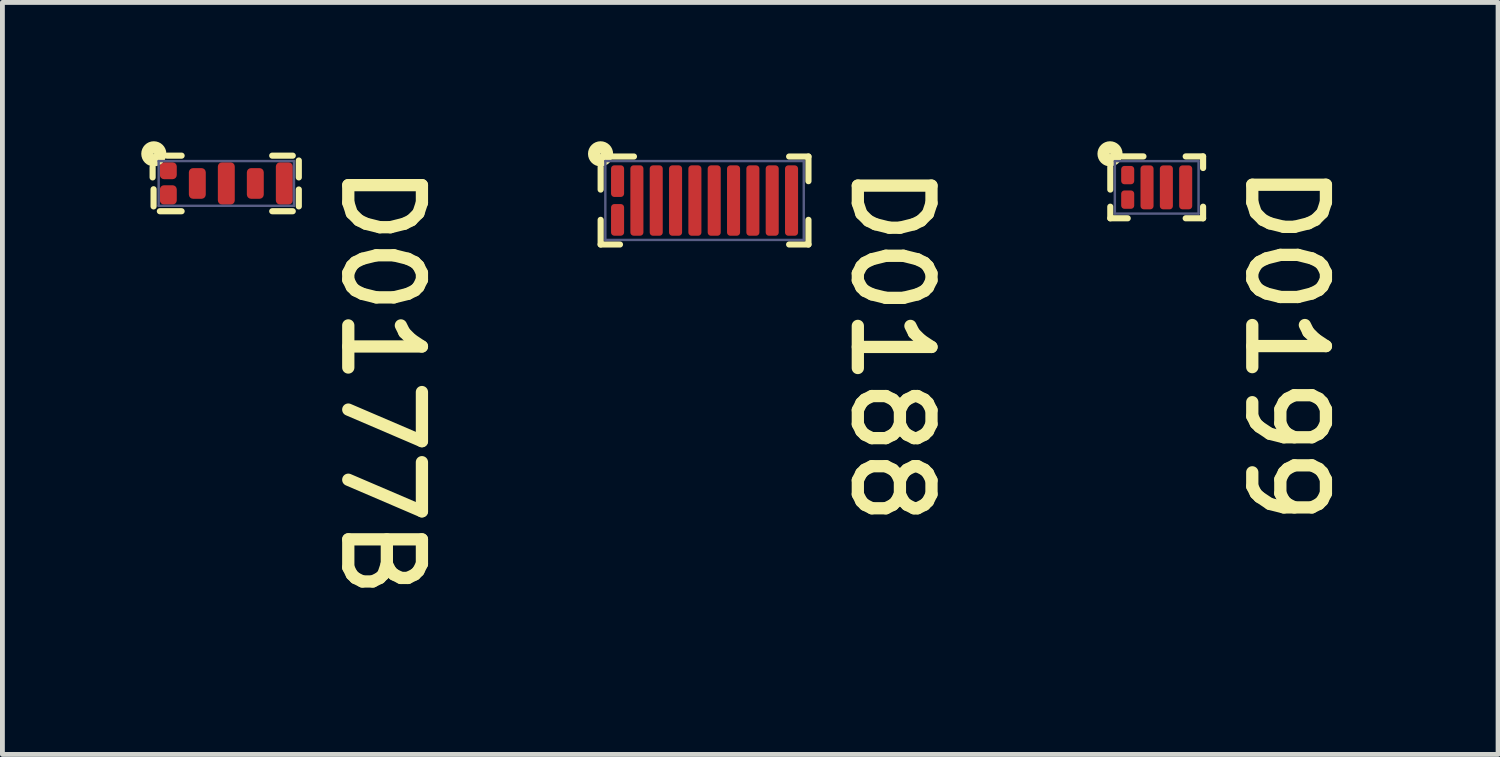
<source format=kicad_pcb>
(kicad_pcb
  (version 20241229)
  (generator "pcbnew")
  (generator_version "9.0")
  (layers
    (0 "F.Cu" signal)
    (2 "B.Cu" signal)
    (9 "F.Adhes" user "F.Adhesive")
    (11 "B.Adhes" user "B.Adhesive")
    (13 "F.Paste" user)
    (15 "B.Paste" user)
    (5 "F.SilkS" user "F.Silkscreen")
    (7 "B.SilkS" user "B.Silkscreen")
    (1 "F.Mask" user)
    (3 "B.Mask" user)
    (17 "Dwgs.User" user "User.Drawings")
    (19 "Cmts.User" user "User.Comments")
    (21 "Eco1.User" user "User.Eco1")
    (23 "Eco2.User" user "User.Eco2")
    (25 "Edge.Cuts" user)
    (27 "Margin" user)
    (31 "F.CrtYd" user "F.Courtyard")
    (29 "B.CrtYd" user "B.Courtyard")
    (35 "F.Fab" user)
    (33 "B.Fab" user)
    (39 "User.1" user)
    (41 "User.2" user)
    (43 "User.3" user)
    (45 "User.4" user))
  (footprint "D0177B"
    (layer "F.Cu")
    (at 1.633 0.746)
    (property "Reference" "D0177B" (at 2.324 -0.495 270) (unlocked yes) (layer "F.SilkS") (effects (font (size 1.524 1.524) (thickness 0.254)) (justify left bottom)))
    (attr smd)
    (fp_poly (pts (xy -1.262 -0.325) (xy -1.262 -0.2) (xy -1.137 -0.2) (xy -1.137 -0.325)) (stroke (width 0.125) (type solid)) (fill yes) (layer "F.Mask"))
    (fp_poly (pts (xy -1.262 0.15) (xy -1.262 0.325) (xy -1.137 0.325) (xy -1.137 0.15)) (stroke (width 0.125) (type solid)) (fill yes) (layer "F.Mask"))
    (fp_poly (pts (xy -0.663 -0.205) (xy -0.663 0.205) (xy -0.538 0.205) (xy -0.538 -0.205)) (stroke (width 0.125) (type solid)) (fill yes) (layer "F.Mask"))
    (fp_poly (pts (xy 0.062 0.325) (xy 0.062 -0.325) (xy -0.063 -0.325) (xy -0.063 0.325)) (stroke (width 0.125) (type solid)) (fill yes) (layer "F.Mask"))
    (fp_poly (pts (xy 0.662 0.205) (xy 0.662 -0.205) (xy 0.537 -0.205) (xy 0.537 0.205)) (stroke (width 0.125) (type solid)) (fill yes) (layer "F.Mask"))
    (fp_poly (pts (xy 1.138 -0.325) (xy 1.138 0.325) (xy 1.263 0.325) (xy 1.263 -0.325)) (stroke (width 0.125) (type solid)) (fill yes) (layer "F.Mask"))
    (fp_line (start -1.525 -0.338) (end -1.525 -0.125) (stroke (width 0.127) (type solid)) (layer "F.SilkS"))
    (fp_line (start -1.505 0.12) (end -1.505 0.475) (stroke (width 0.127) (type solid)) (layer "F.SilkS"))
    (fp_line (start -1.375 0.575) (end -0.925 0.575) (stroke (width 0.127) (type solid)) (layer "F.SilkS"))
    (fp_line (start -1.225 -0.575) (end -0.925 -0.575) (stroke (width 0.127) (type solid)) (layer "F.SilkS"))
    (fp_line (start 0.95 -0.575) (end 1.375 -0.575) (stroke (width 0.127) (type solid)) (layer "F.SilkS"))
    (fp_line (start 0.95 0.575) (end 1.375 0.575) (stroke (width 0.127) (type solid)) (layer "F.SilkS"))
    (fp_line (start 1.5 -0.475) (end 1.5 -0.125) (stroke (width 0.127) (type solid)) (layer "F.SilkS"))
    (fp_line (start 1.5 0.125) (end 1.5 0.475) (stroke (width 0.127) (type solid)) (layer "F.SilkS"))
    (fp_circle (center -1.5 -0.613) (end -1.494 -0.613) (stroke (width 0.254) (type solid)) (fill no) (layer "F.SilkS"))
    (fp_poly (pts (xy -1.262 -0.325) (xy -1.262 -0.2) (xy -1.137 -0.2) (xy -1.137 -0.325)) (stroke (width 0.125) (type solid)) (fill yes) (layer "F.Paste"))
    (fp_poly (pts (xy -1.262 0.15) (xy -1.262 0.325) (xy -1.137 0.325) (xy -1.137 0.15)) (stroke (width 0.125) (type solid)) (fill yes) (layer "F.Paste"))
    (fp_poly (pts (xy -0.663 -0.205) (xy -0.663 0.205) (xy -0.538 0.205) (xy -0.538 -0.205)) (stroke (width 0.125) (type solid)) (fill yes) (layer "F.Paste"))
    (fp_poly (pts (xy 0.062 0.325) (xy 0.062 -0.325) (xy -0.063 -0.325) (xy -0.063 0.325)) (stroke (width 0.125) (type solid)) (fill yes) (layer "F.Paste"))
    (fp_poly (pts (xy 0.662 0.205) (xy 0.662 -0.205) (xy 0.537 -0.205) (xy 0.537 0.205)) (stroke (width 0.125) (type solid)) (fill yes) (layer "F.Paste"))
    (fp_poly (pts (xy 1.138 -0.325) (xy 1.138 0.325) (xy 1.263 0.325) (xy 1.263 -0.325)) (stroke (width 0.125) (type solid)) (fill yes) (layer "F.Paste"))
    (fp_line (start -1.4 -0.463) (end -1.4 0.463) (stroke (width 0.05) (type solid)) (layer "B.Fab"))
    (fp_line (start -1.4 -0.463) (end 1.4 -0.463) (stroke (width 0.05) (type solid)) (layer "B.Fab"))
    (fp_line (start -1.4 0.463) (end 1.4 0.463) (stroke (width 0.05) (type solid)) (layer "B.Fab"))
    (fp_line (start 1.4 -0.463) (end 1.4 0.463) (stroke (width 0.05) (type solid)) (layer "B.Fab"))
    (pad "1" smd roundrect (at -1.2 -0.263 180) (size 0.35 0.35) (layers "F.Cu" "F.Mask" "F.Paste") (roundrect_rratio 0.25))
    (pad "2" smd roundrect (at -1.2 0.237 180) (size 0.35 0.4) (layers "F.Cu" "F.Mask" "F.Paste") (roundrect_rratio 0.25))
    (pad "3" smd roundrect (at -0.6 0.00016 180) (size 0.35 0.635) (layers "F.Cu" "F.Mask" "F.Paste") (roundrect_rratio 0.25))
    (pad "4" smd roundrect (at -0.00008 0.00008) (size 0.35 0.875) (layers "F.Cu" "F.Mask" "F.Paste") (roundrect_rratio 0.25))
    (pad "5" smd roundrect (at 0.6 0) (size 0.35 0.635) (layers "F.Cu" "F.Mask" "F.Paste") (roundrect_rratio 0.25))
    (pad "6" smd roundrect (at 1.2 -0.00008 180) (size 0.35 0.875) (layers "F.Cu" "F.Mask" "F.Paste") (roundrect_rratio 0.25)))
  (footprint "D0199"
    (layer "F.Cu")
    (at 20.885 0.827)
    (property "Reference" "D0199" (at 1.778 -0.584 270) (unlocked yes) (layer "F.SilkS") (effects (font (size 1.524 1.524) (thickness 0.254)) (justify left bottom)))
    (attr smd)
    (fp_line (start -0.6 -0.189) (end -0.6 -0.319) (stroke (width 0.18) (type solid)) (layer "F.Mask"))
    (fp_line (start -0.6 0.319) (end -0.6 0.189) (stroke (width 0.18) (type solid)) (layer "F.Mask"))
    (fp_line (start -0.2 0.319) (end -0.2 -0.319) (stroke (width 0.18) (type solid)) (layer "F.Mask"))
    (fp_line (start 0.2 0.319) (end 0.2 -0.319) (stroke (width 0.18) (type solid)) (layer "F.Mask"))
    (fp_line (start 0.6 0.319) (end 0.6 -0.319) (stroke (width 0.18) (type solid)) (layer "F.Mask"))
    (fp_line (start -0.96 -0.418) (end -0.96 0.046) (stroke (width 0.127) (type solid)) (layer "F.SilkS"))
    (fp_line (start -0.96 0.4) (end -0.96 0.64) (stroke (width 0.127) (type solid)) (layer "F.SilkS"))
    (fp_line (start -0.96 0.64) (end -0.6 0.64) (stroke (width 0.127) (type solid)) (layer "F.SilkS"))
    (fp_line (start -0.715 -0.64) (end -0.274 -0.64) (stroke (width 0.127) (type solid)) (layer "F.SilkS"))
    (fp_line (start 0.6 -0.64) (end 0.96 -0.64) (stroke (width 0.127) (type solid)) (layer "F.SilkS"))
    (fp_line (start 0.6 0.64) (end 0.96 0.64) (stroke (width 0.127) (type solid)) (layer "F.SilkS"))
    (fp_line (start 0.96 -0.64) (end 0.96 -0.4) (stroke (width 0.127) (type solid)) (layer "F.SilkS"))
    (fp_line (start 0.96 0.4) (end 0.96 0.64) (stroke (width 0.127) (type solid)) (layer "F.SilkS"))
    (fp_circle (center -0.966 -0.694) (end -0.96 -0.694) (stroke (width 0.254) (type solid)) (fill no) (layer "F.SilkS"))
    (fp_line (start -0.866 -0.543) (end -0.866 0.543) (stroke (width 0.05) (type solid)) (layer "B.Fab"))
    (fp_line (start -0.866 -0.543) (end 0.866 -0.543) (stroke (width 0.05) (type solid)) (layer "B.Fab"))
    (fp_line (start -0.866 0.543) (end 0.866 0.543) (stroke (width 0.05) (type solid)) (layer "B.Fab"))
    (fp_line (start 0.866 -0.543) (end 0.866 0.543) (stroke (width 0.05) (type solid)) (layer "B.Fab"))
    (pad "1" smd roundrect (at -0.6 -0.254 180) (size 0.27 0.38) (layers "F.Cu" "F.Mask" "F.Paste") (roundrect_rratio 0.25))
    (pad "2" smd roundrect (at -0.6 0.254 180) (size 0.27 0.38) (layers "F.Cu" "F.Mask" "F.Paste") (roundrect_rratio 0.25))
    (pad "3" smd roundrect (at -0.2 0 180) (size 0.27 0.909) (layers "F.Cu" "F.Mask" "F.Paste") (roundrect_rratio 0.25))
    (pad "4" smd roundrect (at 0.2 0 180) (size 0.27 0.909) (layers "F.Cu" "F.Mask" "F.Paste") (roundrect_rratio 0.25))
    (pad "5" smd roundrect (at 0.6 0 180) (size 0.27 0.909) (layers "F.Cu" "F.Mask" "F.Paste") (roundrect_rratio 0.25)))
  (footprint "D0188"
    (layer "F.Cu")
    (at 11.529 1.099)
    (property "Reference" "D0188" (at 2.972 -0.838 270) (unlocked yes) (layer "F.SilkS") (effects (font (size 1.524 1.524) (thickness 0.254)) (justify left bottom)))
    (attr smd)
    (fp_line (start -1.8 -0.21) (end -1.8 -0.59) (stroke (width 0.18) (type solid)) (layer "F.Mask"))
    (fp_line (start -1.8 0.59) (end -1.8 0.21) (stroke (width 0.18) (type solid)) (layer "F.Mask"))
    (fp_line (start -1.4 0.591) (end -1.4 -0.591) (stroke (width 0.18) (type solid)) (layer "F.Mask"))
    (fp_line (start -1 0.591) (end -1 -0.591) (stroke (width 0.18) (type solid)) (layer "F.Mask"))
    (fp_line (start -0.6 0.591) (end -0.6 -0.591) (stroke (width 0.18) (type solid)) (layer "F.Mask"))
    (fp_line (start -0.2 0.591) (end -0.2 -0.591) (stroke (width 0.18) (type solid)) (layer "F.Mask"))
    (fp_line (start 0.2 0.591) (end 0.2 -0.591) (stroke (width 0.18) (type solid)) (layer "F.Mask"))
    (fp_line (start 0.6 0.591) (end 0.6 -0.591) (stroke (width 0.18) (type solid)) (layer "F.Mask"))
    (fp_line (start 1 0.591) (end 1 -0.591) (stroke (width 0.18) (type solid)) (layer "F.Mask"))
    (fp_line (start 1.4 0.591) (end 1.4 -0.591) (stroke (width 0.18) (type solid)) (layer "F.Mask"))
    (fp_line (start 1.8 0.591) (end 1.8 -0.591) (stroke (width 0.18) (type solid)) (layer "F.Mask"))
    (fp_line (start -2.15 -0.691) (end -2.15 -0.226) (stroke (width 0.127) (type solid)) (layer "F.SilkS"))
    (fp_line (start -2.15 0.4) (end -2.15 0.91) (stroke (width 0.127) (type solid)) (layer "F.SilkS"))
    (fp_line (start -2.15 0.91) (end -1.75 0.91) (stroke (width 0.127) (type solid)) (layer "F.SilkS"))
    (fp_line (start -1.901 -0.91) (end -1.461 -0.91) (stroke (width 0.127) (type solid)) (layer "F.SilkS"))
    (fp_line (start 1.75 -0.91) (end 2.15 -0.91) (stroke (width 0.127) (type solid)) (layer "F.SilkS"))
    (fp_line (start 1.75 0.91) (end 2.15 0.91) (stroke (width 0.127) (type solid)) (layer "F.SilkS"))
    (fp_line (start 2.15 -0.91) (end 2.15 -0.4) (stroke (width 0.127) (type solid)) (layer "F.SilkS"))
    (fp_line (start 2.15 0.4) (end 2.15 0.91) (stroke (width 0.127) (type solid)) (layer "F.SilkS"))
    (fp_circle (center -2.152 -0.966) (end -2.146 -0.966) (stroke (width 0.254) (type solid)) (fill no) (layer "F.SilkS"))
    (fp_line (start -2.053 -0.816) (end -2.053 0.816) (stroke (width 0.05) (type solid)) (layer "B.Fab"))
    (fp_line (start -2.053 -0.816) (end 2.053 -0.816) (stroke (width 0.05) (type solid)) (layer "B.Fab"))
    (fp_line (start -2.053 0.816) (end 2.053 0.816) (stroke (width 0.05) (type solid)) (layer "B.Fab"))
    (fp_line (start 2.053 -0.816) (end 2.053 0.816) (stroke (width 0.05) (type solid)) (layer "B.Fab"))
    (pad "1" smd roundrect (at -1.8 -0.401 180) (size 0.27 0.655) (layers "F.Cu" "F.Mask" "F.Paste") (roundrect_rratio 0.25))
    (pad "2" smd roundrect (at -1.8 0.401 180) (size 0.27 0.655) (layers "F.Cu" "F.Mask" "F.Paste") (roundrect_rratio 0.25))
    (pad "3" smd roundrect (at -1.4 0 180) (size 0.27 1.457) (layers "F.Cu" "F.Mask" "F.Paste") (roundrect_rratio 0.25))
    (pad "4" smd roundrect (at -1 0.001 180) (size 0.27 1.457) (layers "F.Cu" "F.Mask" "F.Paste") (roundrect_rratio 0.25))
    (pad "5" smd roundrect (at -0.6 0.001 180) (size 0.27 1.457) (layers "F.Cu" "F.Mask" "F.Paste") (roundrect_rratio 0.25))
    (pad "6" smd roundrect (at -0.2 0.001 180) (size 0.27 1.457) (layers "F.Cu" "F.Mask" "F.Paste") (roundrect_rratio 0.25))
    (pad "7" smd roundrect (at 0.2 0.001 180) (size 0.27 1.457) (layers "F.Cu" "F.Mask" "F.Paste") (roundrect_rratio 0.25))
    (pad "8" smd roundrect (at 0.6 0.001 180) (size 0.27 1.457) (layers "F.Cu" "F.Mask" "F.Paste") (roundrect_rratio 0.25))
    (pad "9" smd roundrect (at 1 0.001 180) (size 0.27 1.457) (layers "F.Cu" "F.Mask" "F.Paste") (roundrect_rratio 0.25))
    (pad "10" smd roundrect (at 1.4 0.001 180) (size 0.27 1.457) (layers "F.Cu" "F.Mask" "F.Paste") (roundrect_rratio 0.25))
    (pad "11" smd roundrect (at 1.8 0.001 180) (size 0.27 1.457) (layers "F.Cu" "F.Mask" "F.Paste") (roundrect_rratio 0.25)))
  (gr_rect
    (start -3 -3)
    (end 27.949 12.561)
    (stroke (width 0.1) (type default))
    (fill no)
    (layer "Edge.Cuts")))
</source>
